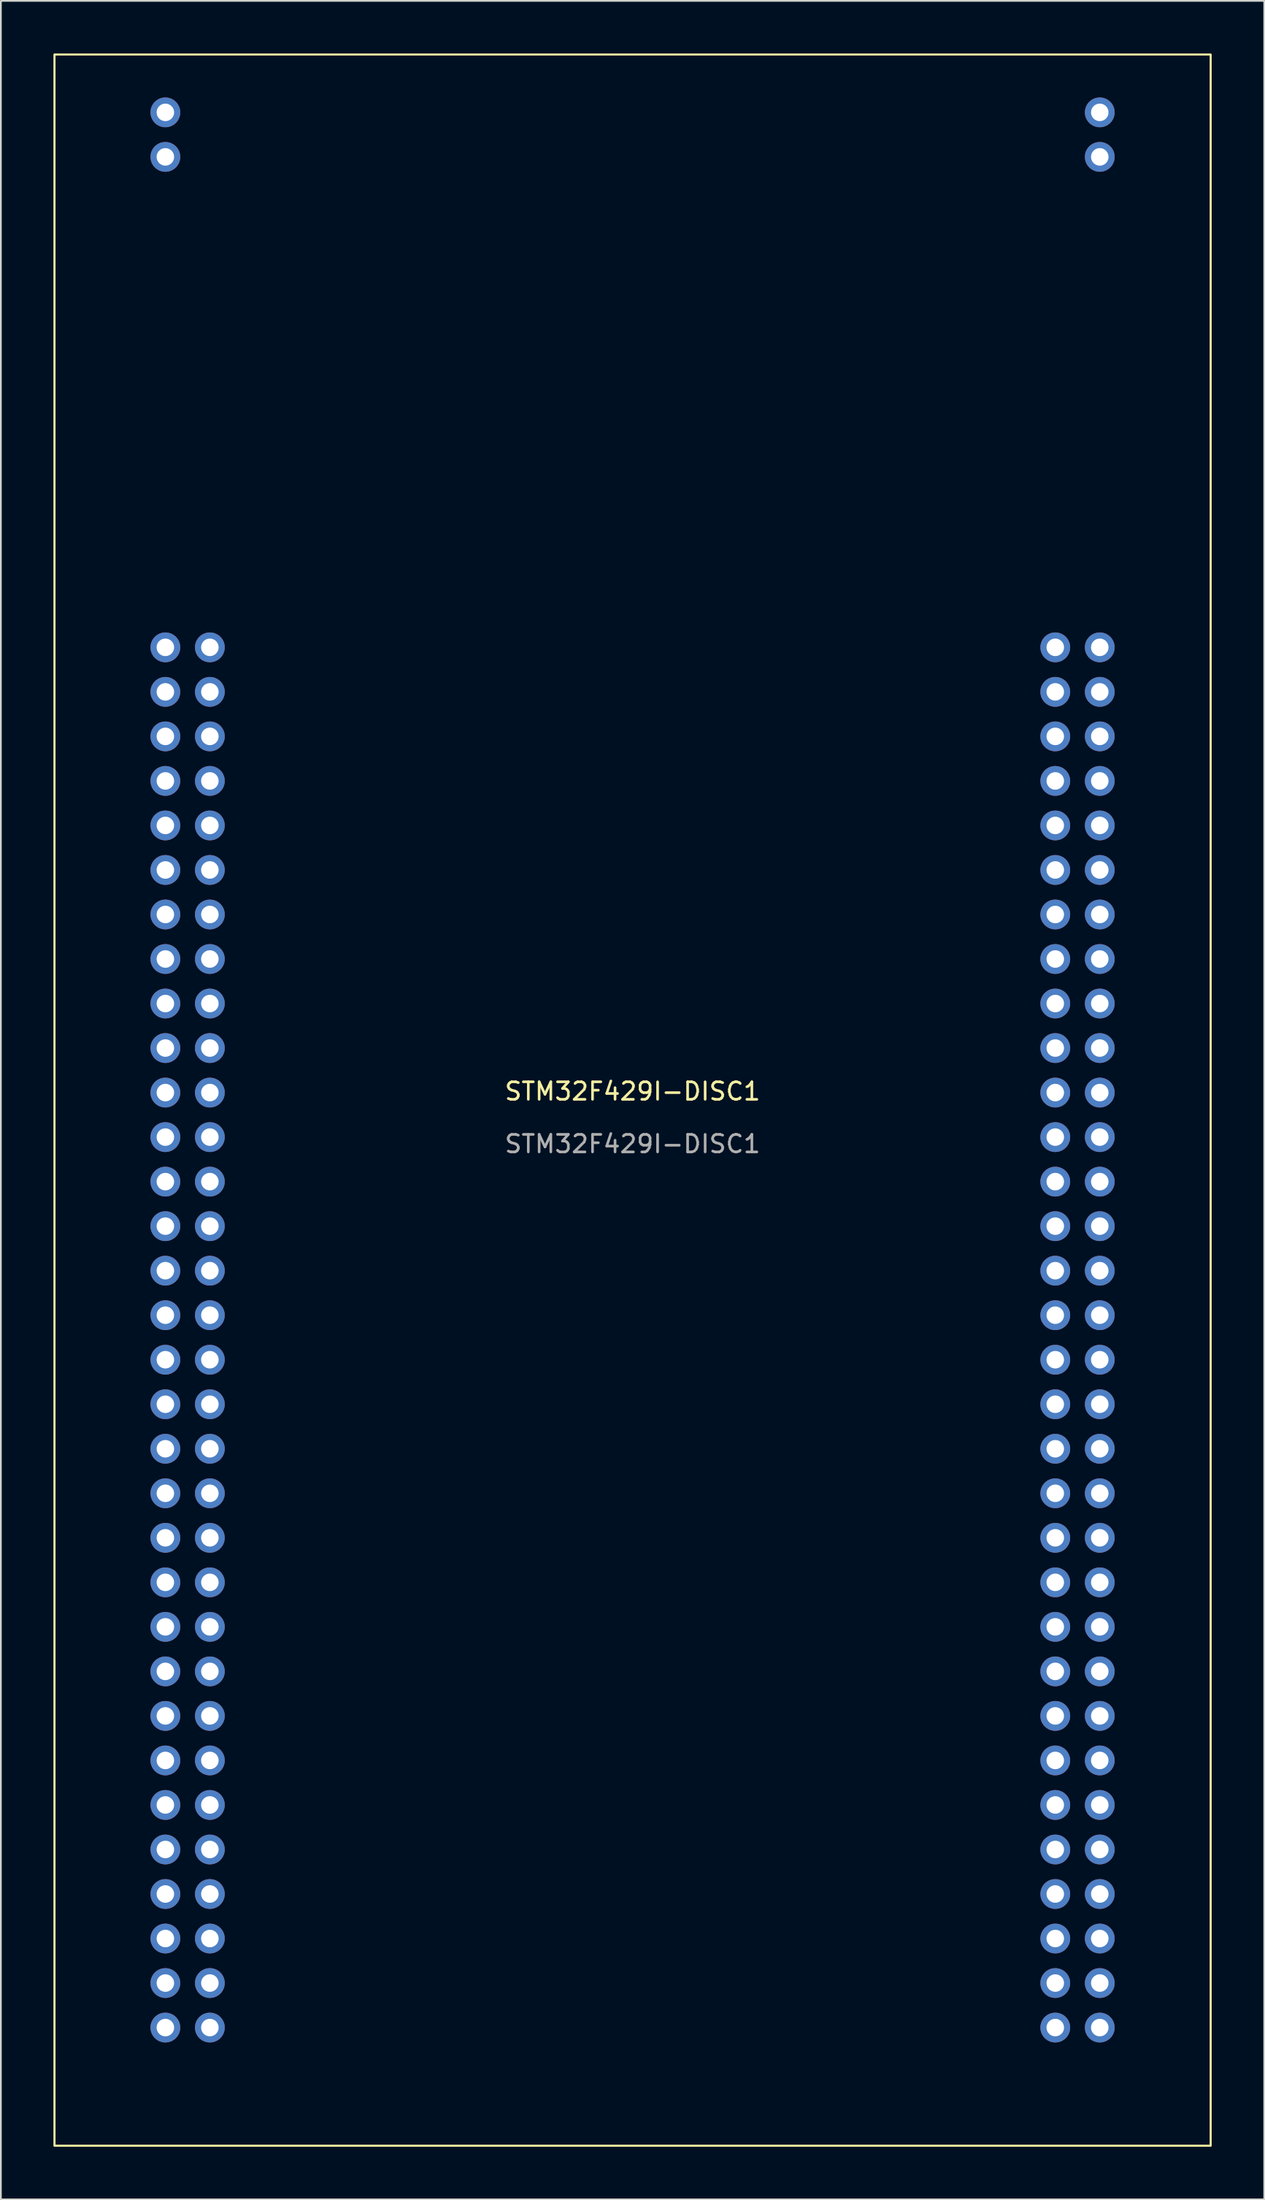
<source format=kicad_pcb>
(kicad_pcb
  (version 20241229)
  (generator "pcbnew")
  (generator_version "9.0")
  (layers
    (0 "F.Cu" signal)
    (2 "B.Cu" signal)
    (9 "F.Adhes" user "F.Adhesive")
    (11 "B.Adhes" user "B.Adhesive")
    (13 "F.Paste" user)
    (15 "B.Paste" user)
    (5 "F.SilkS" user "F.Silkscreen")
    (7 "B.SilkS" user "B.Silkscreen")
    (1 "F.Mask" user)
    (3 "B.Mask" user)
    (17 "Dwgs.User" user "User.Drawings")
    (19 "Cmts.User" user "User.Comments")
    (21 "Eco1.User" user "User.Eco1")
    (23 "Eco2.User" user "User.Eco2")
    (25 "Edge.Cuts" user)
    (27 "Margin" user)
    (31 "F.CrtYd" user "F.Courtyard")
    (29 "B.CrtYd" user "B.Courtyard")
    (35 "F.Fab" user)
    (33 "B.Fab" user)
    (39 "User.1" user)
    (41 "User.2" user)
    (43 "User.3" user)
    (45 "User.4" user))
  (footprint "STM32F429I-DISC1"
    (layer "F.Cu")
    (at 6.39 112.62)
    (property "Reference" "STM32F429I-DISC1" (at 26.67 -53.41 0) (unlocked yes) (layer "F.SilkS") (effects (font (size 1 1) (thickness 0.15))))
    (attr through_hole)
    (fp_rect (start -6.33 -112.56) (end 59.67 6.74) (stroke (width 0.12) (type solid)) (fill no) (layer "F.SilkS"))
    (fp_text user "${REFERENCE}" (at 26.67 -50.41 0) (unlocked yes) (layer "F.Fab") (effects (font (size 1 1) (thickness 0.15))))
    (pad "1" thru_hole circle (at 0 0) (size 1.7 1.7) (drill 1) (layers "*.Cu" "*.Mask"))
    (pad "2" thru_hole circle (at 2.54 0) (size 1.7 1.7) (drill 1) (layers "*.Cu" "*.Mask"))
    (pad "3" thru_hole circle (at 0 -2.54) (size 1.7 1.7) (drill 1) (layers "*.Cu" "*.Mask"))
    (pad "4" thru_hole circle (at 2.54 -2.54) (size 1.7 1.7) (drill 1) (layers "*.Cu" "*.Mask"))
    (pad "5" thru_hole circle (at 0 -5.08) (size 1.7 1.7) (drill 1) (layers "*.Cu" "*.Mask"))
    (pad "6" thru_hole circle (at 2.54 -5.08) (size 1.7 1.7) (drill 1) (layers "*.Cu" "*.Mask"))
    (pad "7" thru_hole circle (at 0 -7.62) (size 1.7 1.7) (drill 1) (layers "*.Cu" "*.Mask"))
    (pad "8" thru_hole circle (at 2.54 -7.62) (size 1.7 1.7) (drill 1) (layers "*.Cu" "*.Mask"))
    (pad "9" thru_hole circle (at 0 -10.16) (size 1.7 1.7) (drill 1) (layers "*.Cu" "*.Mask"))
    (pad "10" thru_hole circle (at 2.54 -10.16) (size 1.7 1.7) (drill 1) (layers "*.Cu" "*.Mask"))
    (pad "11" thru_hole circle (at 0 -12.7) (size 1.7 1.7) (drill 1) (layers "*.Cu" "*.Mask"))
    (pad "12" thru_hole circle (at 2.54 -12.7) (size 1.7 1.7) (drill 1) (layers "*.Cu" "*.Mask"))
    (pad "13" thru_hole circle (at 0 -15.24) (size 1.7 1.7) (drill 1) (layers "*.Cu" "*.Mask"))
    (pad "14" thru_hole circle (at 2.54 -15.24) (size 1.7 1.7) (drill 1) (layers "*.Cu" "*.Mask"))
    (pad "15" thru_hole circle (at 0 -17.78) (size 1.7 1.7) (drill 1) (layers "*.Cu" "*.Mask"))
    (pad "16" thru_hole circle (at 2.54 -17.78) (size 1.7 1.7) (drill 1) (layers "*.Cu" "*.Mask"))
    (pad "17" thru_hole circle (at 0 -20.32) (size 1.7 1.7) (drill 1) (layers "*.Cu" "*.Mask"))
    (pad "18" thru_hole circle (at 2.54 -20.32) (size 1.7 1.7) (drill 1) (layers "*.Cu" "*.Mask"))
    (pad "19" thru_hole circle (at 0 -22.86) (size 1.7 1.7) (drill 1) (layers "*.Cu" "*.Mask"))
    (pad "20" thru_hole circle (at 2.54 -22.86) (size 1.7 1.7) (drill 1) (layers "*.Cu" "*.Mask"))
    (pad "21" thru_hole circle (at 0 -25.4) (size 1.7 1.7) (drill 1) (layers "*.Cu" "*.Mask"))
    (pad "22" thru_hole circle (at 2.54 -25.4) (size 1.7 1.7) (drill 1) (layers "*.Cu" "*.Mask"))
    (pad "23" thru_hole circle (at 0 -27.94) (size 1.7 1.7) (drill 1) (layers "*.Cu" "*.Mask"))
    (pad "24" thru_hole circle (at 2.54 -27.94) (size 1.7 1.7) (drill 1) (layers "*.Cu" "*.Mask"))
    (pad "25" thru_hole circle (at 0 -30.48) (size 1.7 1.7) (drill 1) (layers "*.Cu" "*.Mask"))
    (pad "26" thru_hole circle (at 2.54 -30.48) (size 1.7 1.7) (drill 1) (layers "*.Cu" "*.Mask"))
    (pad "27" thru_hole circle (at 0 -33.02) (size 1.7 1.7) (drill 1) (layers "*.Cu" "*.Mask"))
    (pad "28" thru_hole circle (at 2.54 -33.02) (size 1.7 1.7) (drill 1) (layers "*.Cu" "*.Mask"))
    (pad "29" thru_hole circle (at 0 -35.56) (size 1.7 1.7) (drill 1) (layers "*.Cu" "*.Mask"))
    (pad "30" thru_hole circle (at 2.54 -35.56) (size 1.7 1.7) (drill 1) (layers "*.Cu" "*.Mask"))
    (pad "31" thru_hole circle (at 0 -38.1) (size 1.7 1.7) (drill 1) (layers "*.Cu" "*.Mask"))
    (pad "32" thru_hole circle (at 2.54 -38.1) (size 1.7 1.7) (drill 1) (layers "*.Cu" "*.Mask"))
    (pad "33" thru_hole circle (at 0 -40.64) (size 1.7 1.7) (drill 1) (layers "*.Cu" "*.Mask"))
    (pad "34" thru_hole circle (at 2.54 -40.64) (size 1.7 1.7) (drill 1) (layers "*.Cu" "*.Mask"))
    (pad "35" thru_hole circle (at 0 -43.18) (size 1.7 1.7) (drill 1) (layers "*.Cu" "*.Mask"))
    (pad "36" thru_hole circle (at 2.54 -43.18) (size 1.7 1.7) (drill 1) (layers "*.Cu" "*.Mask"))
    (pad "37" thru_hole circle (at 0 -45.72) (size 1.7 1.7) (drill 1) (layers "*.Cu" "*.Mask"))
    (pad "38" thru_hole circle (at 2.54 -45.72) (size 1.7 1.7) (drill 1) (layers "*.Cu" "*.Mask"))
    (pad "39" thru_hole circle (at 0 -48.26) (size 1.7 1.7) (drill 1) (layers "*.Cu" "*.Mask"))
    (pad "40" thru_hole circle (at 2.54 -48.26) (size 1.7 1.7) (drill 1) (layers "*.Cu" "*.Mask"))
    (pad "41" thru_hole circle (at 0 -50.8) (size 1.7 1.7) (drill 1) (layers "*.Cu" "*.Mask"))
    (pad "42" thru_hole circle (at 2.54 -50.8) (size 1.7 1.7) (drill 1) (layers "*.Cu" "*.Mask"))
    (pad "43" thru_hole circle (at 0 -53.34) (size 1.7 1.7) (drill 1) (layers "*.Cu" "*.Mask"))
    (pad "44" thru_hole circle (at 2.54 -53.34) (size 1.7 1.7) (drill 1) (layers "*.Cu" "*.Mask"))
    (pad "45" thru_hole circle (at 0 -55.88) (size 1.7 1.7) (drill 1) (layers "*.Cu" "*.Mask"))
    (pad "46" thru_hole circle (at 2.54 -55.88) (size 1.7 1.7) (drill 1) (layers "*.Cu" "*.Mask"))
    (pad "47" thru_hole circle (at 0 -58.42) (size 1.7 1.7) (drill 1) (layers "*.Cu" "*.Mask"))
    (pad "48" thru_hole circle (at 2.54 -58.42) (size 1.7 1.7) (drill 1) (layers "*.Cu" "*.Mask"))
    (pad "49" thru_hole circle (at 0 -60.96) (size 1.7 1.7) (drill 1) (layers "*.Cu" "*.Mask"))
    (pad "50" thru_hole circle (at 2.54 -60.96) (size 1.7 1.7) (drill 1) (layers "*.Cu" "*.Mask"))
    (pad "51" thru_hole circle (at 0 -63.5) (size 1.7 1.7) (drill 1) (layers "*.Cu" "*.Mask"))
    (pad "52" thru_hole circle (at 2.54 -63.5) (size 1.7 1.7) (drill 1) (layers "*.Cu" "*.Mask"))
    (pad "53" thru_hole circle (at 0 -66.04) (size 1.7 1.7) (drill 1) (layers "*.Cu" "*.Mask"))
    (pad "54" thru_hole circle (at 2.54 -66.04) (size 1.7 1.7) (drill 1) (layers "*.Cu" "*.Mask"))
    (pad "55" thru_hole circle (at 0 -68.58) (size 1.7 1.7) (drill 1) (layers "*.Cu" "*.Mask"))
    (pad "56" thru_hole circle (at 2.54 -68.58) (size 1.7 1.7) (drill 1) (layers "*.Cu" "*.Mask"))
    (pad "57" thru_hole circle (at 0 -71.12) (size 1.7 1.7) (drill 1) (layers "*.Cu" "*.Mask"))
    (pad "58" thru_hole circle (at 2.54 -71.12) (size 1.7 1.7) (drill 1) (layers "*.Cu" "*.Mask"))
    (pad "59" thru_hole circle (at 0 -73.66) (size 1.7 1.7) (drill 1) (layers "*.Cu" "*.Mask"))
    (pad "60" thru_hole circle (at 2.54 -73.66) (size 1.7 1.7) (drill 1) (layers "*.Cu" "*.Mask"))
    (pad "61" thru_hole circle (at 0 -76.2) (size 1.7 1.7) (drill 1) (layers "*.Cu" "*.Mask"))
    (pad "62" thru_hole circle (at 2.54 -76.2) (size 1.7 1.7) (drill 1) (layers "*.Cu" "*.Mask"))
    (pad "63" thru_hole circle (at 0 -78.74) (size 1.7 1.7) (drill 1) (layers "*.Cu" "*.Mask"))
    (pad "64" thru_hole circle (at 2.54 -78.74) (size 1.7 1.7) (drill 1) (layers "*.Cu" "*.Mask"))
    (pad "65" thru_hole circle (at 50.8 0) (size 1.7 1.7) (drill 1) (layers "*.Cu" "*.Mask"))
    (pad "66" thru_hole circle (at 53.34 0) (size 1.7 1.7) (drill 1) (layers "*.Cu" "*.Mask"))
    (pad "67" thru_hole circle (at 50.8 -2.54) (size 1.7 1.7) (drill 1) (layers "*.Cu" "*.Mask"))
    (pad "68" thru_hole circle (at 53.34 -2.54) (size 1.7 1.7) (drill 1) (layers "*.Cu" "*.Mask"))
    (pad "69" thru_hole circle (at 50.8 -5.08) (size 1.7 1.7) (drill 1) (layers "*.Cu" "*.Mask"))
    (pad "70" thru_hole circle (at 53.34 -5.08) (size 1.7 1.7) (drill 1) (layers "*.Cu" "*.Mask"))
    (pad "71" thru_hole circle (at 50.8 -7.62) (size 1.7 1.7) (drill 1) (layers "*.Cu" "*.Mask"))
    (pad "72" thru_hole circle (at 53.34 -7.62) (size 1.7 1.7) (drill 1) (layers "*.Cu" "*.Mask"))
    (pad "73" thru_hole circle (at 50.8 -10.16) (size 1.7 1.7) (drill 1) (layers "*.Cu" "*.Mask"))
    (pad "74" thru_hole circle (at 53.34 -10.16) (size 1.7 1.7) (drill 1) (layers "*.Cu" "*.Mask"))
    (pad "75" thru_hole circle (at 50.8 -12.7) (size 1.7 1.7) (drill 1) (layers "*.Cu" "*.Mask"))
    (pad "76" thru_hole circle (at 53.34 -12.7) (size 1.7 1.7) (drill 1) (layers "*.Cu" "*.Mask"))
    (pad "77" thru_hole circle (at 50.8 -15.24) (size 1.7 1.7) (drill 1) (layers "*.Cu" "*.Mask"))
    (pad "78" thru_hole circle (at 53.34 -15.24) (size 1.7 1.7) (drill 1) (layers "*.Cu" "*.Mask"))
    (pad "79" thru_hole circle (at 50.8 -17.78) (size 1.7 1.7) (drill 1) (layers "*.Cu" "*.Mask"))
    (pad "80" thru_hole circle (at 53.34 -17.78) (size 1.7 1.7) (drill 1) (layers "*.Cu" "*.Mask"))
    (pad "81" thru_hole circle (at 50.8 -20.32) (size 1.7 1.7) (drill 1) (layers "*.Cu" "*.Mask"))
    (pad "82" thru_hole circle (at 53.34 -20.32) (size 1.7 1.7) (drill 1) (layers "*.Cu" "*.Mask"))
    (pad "83" thru_hole circle (at 50.8 -22.86) (size 1.7 1.7) (drill 1) (layers "*.Cu" "*.Mask"))
    (pad "84" thru_hole circle (at 53.34 -22.86) (size 1.7 1.7) (drill 1) (layers "*.Cu" "*.Mask"))
    (pad "85" thru_hole circle (at 50.8 -25.4) (size 1.7 1.7) (drill 1) (layers "*.Cu" "*.Mask"))
    (pad "86" thru_hole circle (at 53.34 -25.4) (size 1.7 1.7) (drill 1) (layers "*.Cu" "*.Mask"))
    (pad "87" thru_hole circle (at 50.8 -27.94) (size 1.7 1.7) (drill 1) (layers "*.Cu" "*.Mask"))
    (pad "88" thru_hole circle (at 53.34 -27.94) (size 1.7 1.7) (drill 1) (layers "*.Cu" "*.Mask"))
    (pad "89" thru_hole circle (at 50.8 -30.48) (size 1.7 1.7) (drill 1) (layers "*.Cu" "*.Mask"))
    (pad "90" thru_hole circle (at 53.34 -30.48) (size 1.7 1.7) (drill 1) (layers "*.Cu" "*.Mask"))
    (pad "91" thru_hole circle (at 50.8 -33.02) (size 1.7 1.7) (drill 1) (layers "*.Cu" "*.Mask"))
    (pad "92" thru_hole circle (at 53.34 -33.02) (size 1.7 1.7) (drill 1) (layers "*.Cu" "*.Mask"))
    (pad "93" thru_hole circle (at 50.8 -35.56) (size 1.7 1.7) (drill 1) (layers "*.Cu" "*.Mask"))
    (pad "94" thru_hole circle (at 53.34 -35.56) (size 1.7 1.7) (drill 1) (layers "*.Cu" "*.Mask"))
    (pad "95" thru_hole circle (at 50.8 -38.1) (size 1.7 1.7) (drill 1) (layers "*.Cu" "*.Mask"))
    (pad "96" thru_hole circle (at 53.34 -38.1) (size 1.7 1.7) (drill 1) (layers "*.Cu" "*.Mask"))
    (pad "97" thru_hole circle (at 50.8 -40.64) (size 1.7 1.7) (drill 1) (layers "*.Cu" "*.Mask"))
    (pad "98" thru_hole circle (at 53.34 -40.64) (size 1.7 1.7) (drill 1) (layers "*.Cu" "*.Mask"))
    (pad "99" thru_hole circle (at 50.8 -43.18) (size 1.7 1.7) (drill 1) (layers "*.Cu" "*.Mask"))
    (pad "100" thru_hole circle (at 53.34 -43.18) (size 1.7 1.7) (drill 1) (layers "*.Cu" "*.Mask"))
    (pad "101" thru_hole circle (at 50.8 -45.72) (size 1.7 1.7) (drill 1) (layers "*.Cu" "*.Mask"))
    (pad "102" thru_hole circle (at 53.34 -45.72) (size 1.7 1.7) (drill 1) (layers "*.Cu" "*.Mask"))
    (pad "103" thru_hole circle (at 50.8 -48.26) (size 1.7 1.7) (drill 1) (layers "*.Cu" "*.Mask"))
    (pad "104" thru_hole circle (at 53.34 -48.26) (size 1.7 1.7) (drill 1) (layers "*.Cu" "*.Mask"))
    (pad "105" thru_hole circle (at 50.8 -50.8) (size 1.7 1.7) (drill 1) (layers "*.Cu" "*.Mask"))
    (pad "106" thru_hole circle (at 53.34 -50.8) (size 1.7 1.7) (drill 1) (layers "*.Cu" "*.Mask"))
    (pad "107" thru_hole circle (at 50.8 -53.34) (size 1.7 1.7) (drill 1) (layers "*.Cu" "*.Mask"))
    (pad "108" thru_hole circle (at 53.34 -53.34) (size 1.7 1.7) (drill 1) (layers "*.Cu" "*.Mask"))
    (pad "109" thru_hole circle (at 50.8 -55.88) (size 1.7 1.7) (drill 1) (layers "*.Cu" "*.Mask"))
    (pad "110" thru_hole circle (at 53.34 -55.88) (size 1.7 1.7) (drill 1) (layers "*.Cu" "*.Mask"))
    (pad "111" thru_hole circle (at 50.8 -58.42) (size 1.7 1.7) (drill 1) (layers "*.Cu" "*.Mask"))
    (pad "112" thru_hole circle (at 53.34 -58.42) (size 1.7 1.7) (drill 1) (layers "*.Cu" "*.Mask"))
    (pad "113" thru_hole circle (at 50.8 -60.96) (size 1.7 1.7) (drill 1) (layers "*.Cu" "*.Mask"))
    (pad "114" thru_hole circle (at 53.34 -60.96) (size 1.7 1.7) (drill 1) (layers "*.Cu" "*.Mask"))
    (pad "115" thru_hole circle (at 50.8 -63.5) (size 1.7 1.7) (drill 1) (layers "*.Cu" "*.Mask"))
    (pad "116" thru_hole circle (at 53.34 -63.5) (size 1.7 1.7) (drill 1) (layers "*.Cu" "*.Mask"))
    (pad "117" thru_hole circle (at 50.8 -66.04) (size 1.7 1.7) (drill 1) (layers "*.Cu" "*.Mask"))
    (pad "118" thru_hole circle (at 53.34 -66.04) (size 1.7 1.7) (drill 1) (layers "*.Cu" "*.Mask"))
    (pad "119" thru_hole circle (at 50.8 -68.58) (size 1.7 1.7) (drill 1) (layers "*.Cu" "*.Mask"))
    (pad "120" thru_hole circle (at 53.34 -68.58) (size 1.7 1.7) (drill 1) (layers "*.Cu" "*.Mask"))
    (pad "121" thru_hole circle (at 50.8 -71.12) (size 1.7 1.7) (drill 1) (layers "*.Cu" "*.Mask"))
    (pad "122" thru_hole circle (at 53.34 -71.12) (size 1.7 1.7) (drill 1) (layers "*.Cu" "*.Mask"))
    (pad "123" thru_hole circle (at 50.8 -73.66) (size 1.7 1.7) (drill 1) (layers "*.Cu" "*.Mask"))
    (pad "124" thru_hole circle (at 53.34 -73.66) (size 1.7 1.7) (drill 1) (layers "*.Cu" "*.Mask"))
    (pad "125" thru_hole circle (at 50.8 -76.2) (size 1.7 1.7) (drill 1) (layers "*.Cu" "*.Mask"))
    (pad "126" thru_hole circle (at 53.34 -76.2) (size 1.7 1.7) (drill 1) (layers "*.Cu" "*.Mask"))
    (pad "127" thru_hole circle (at 50.8 -78.74) (size 1.7 1.7) (drill 1) (layers "*.Cu" "*.Mask"))
    (pad "128" thru_hole circle (at 53.34 -78.74) (size 1.7 1.7) (drill 1) (layers "*.Cu" "*.Mask"))
    (pad "129" thru_hole circle (at 0 -109.26) (size 1.7 1.7) (drill 1) (layers "*.Cu" "*.Mask"))
    (pad "130" thru_hole circle (at 53.34 -109.26) (size 1.7 1.7) (drill 1) (layers "*.Cu" "*.Mask"))
    (pad "131" thru_hole circle (at 0 -106.72) (size 1.7 1.7) (drill 1) (layers "*.Cu" "*.Mask"))
    (pad "132" thru_hole circle (at 53.34 -106.72) (size 1.7 1.7) (drill 1) (layers "*.Cu" "*.Mask")))
  (gr_rect
    (start -3 -3)
    (end 69.12 122.42)
    (stroke (width 0.1) (type default))
    (fill no)
    (layer "Edge.Cuts")))
</source>
